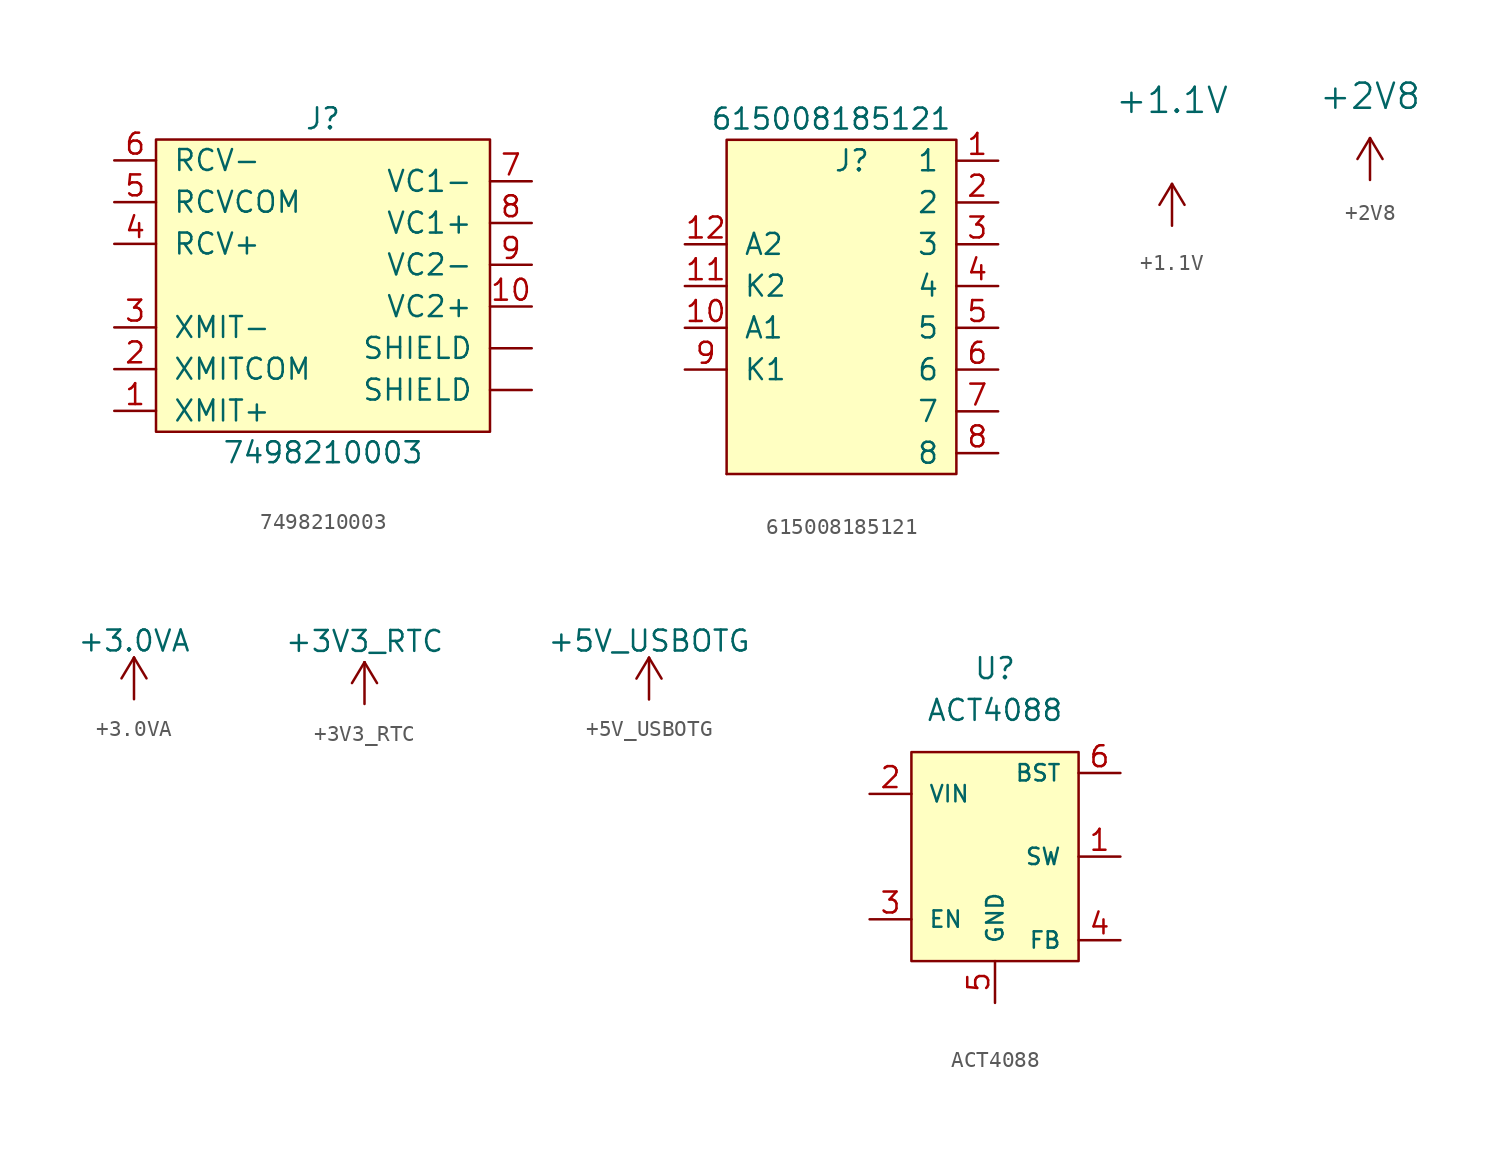
<source format=kicad_sym>
(kicad_symbol_lib
  (version 20211014)
  (generator kicad_symbol_editor)
  (symbol "7498210003"
    (pin_names
      (offset 1.016))
    (property "Reference" "J"
      (at 0 10.16 0)
      (effects (font (size 1.27 1.27))))
    (property "Value" "7498210003"
      (at 0 -10.16 0)
      (effects (font (size 1.27 1.27))))
    (symbol "7498210003_0_1"
      (rectangle (start -10.16 8.89) (end 10.16 -8.89) (stroke (width 0) (type default) (color 0 0 0 0)) (fill (type background))))
    (symbol "7498210003_1_1"
      (pin input line (at -12.7 -7.62 0) (length 2.54) (name "XMIT+" (effects (font (size 1.27 1.27)))) (number "1" (effects (font (size 1.27 1.27)))))
      (pin input line (at 12.7 -1.27 180) (length 2.54) (name "VC2+" (effects (font (size 1.27 1.27)))) (number "10" (effects (font (size 1.27 1.27)))))
      (pin input line (at -12.7 -5.08 0) (length 2.54) (name "XMITCOM" (effects (font (size 1.27 1.27)))) (number "2" (effects (font (size 1.27 1.27)))))
      (pin input line (at -12.7 -2.54 0) (length 2.54) (name "XMIT-" (effects (font (size 1.27 1.27)))) (number "3" (effects (font (size 1.27 1.27)))))
      (pin input line (at -12.7 2.54 0) (length 2.54) (name "RCV+" (effects (font (size 1.27 1.27)))) (number "4" (effects (font (size 1.27 1.27)))))
      (pin input line (at -12.7 5.08 0) (length 2.54) (name "RCVCOM" (effects (font (size 1.27 1.27)))) (number "5" (effects (font (size 1.27 1.27)))))
      (pin input line (at -12.7 7.62 0) (length 2.54) (name "RCV-" (effects (font (size 1.27 1.27)))) (number "6" (effects (font (size 1.27 1.27)))))
      (pin input line (at 12.7 6.35 180) (length 2.54) (name "VC1-" (effects (font (size 1.27 1.27)))) (number "7" (effects (font (size 1.27 1.27)))))
      (pin input line (at 12.7 3.81 180) (length 2.54) (name "VC1+" (effects (font (size 1.27 1.27)))) (number "8" (effects (font (size 1.27 1.27)))))
      (pin input line (at 12.7 1.27 180) (length 2.54) (name "VC2-" (effects (font (size 1.27 1.27)))) (number "9" (effects (font (size 1.27 1.27)))))
      (pin input line (at 12.7 -6.35 180) (length 2.54) (name "SHIELD" (effects (font (size 1.27 1.27)))) (number "~" (effects (font (size 1.27 1.27)))))
      (pin input line (at 12.7 -3.81 180) (length 2.54) (name "SHIELD" (effects (font (size 1.27 1.27)))) (number "~" (effects (font (size 1.27 1.27)))))))
  (symbol "615008185121"
    (pin_names
      (offset 1.016))
    (property "Reference" "J"
      (at 0 8.89 0)
      (effects (font (size 1.27 1.27))))
    (property "Value" "615008185121"
      (at -1.27 11.43 0)
      (effects (font (size 1.27 1.27))))
    (symbol "615008185121_0_1"
      (rectangle (start -7.62 -10.16) (end -7.62 -10.16) (stroke (width 0) (type default) (color 0 0 0 0)) (fill (type none)))
      (rectangle (start 6.35 10.16) (end -7.62 -10.16) (stroke (width 0) (type default) (color 0 0 0 0)) (fill (type background))))
    (symbol "615008185121_1_1"
      (pin input line (at 8.89 8.89 180) (length 2.54) (name "1" (effects (font (size 1.27 1.27)))) (number "1" (effects (font (size 1.27 1.27)))))
      (pin input line (at -10.16 -1.27 0) (length 2.54) (name "A1" (effects (font (size 1.27 1.27)))) (number "10" (effects (font (size 1.27 1.27)))))
      (pin input line (at -10.16 1.27 0) (length 2.54) (name "K2" (effects (font (size 1.27 1.27)))) (number "11" (effects (font (size 1.27 1.27)))))
      (pin input line (at -10.16 3.81 0) (length 2.54) (name "A2" (effects (font (size 1.27 1.27)))) (number "12" (effects (font (size 1.27 1.27)))))
      (pin input line (at 8.89 6.35 180) (length 2.54) (name "2" (effects (font (size 1.27 1.27)))) (number "2" (effects (font (size 1.27 1.27)))))
      (pin input line (at 8.89 3.81 180) (length 2.54) (name "3" (effects (font (size 1.27 1.27)))) (number "3" (effects (font (size 1.27 1.27)))))
      (pin input line (at 8.89 1.27 180) (length 2.54) (name "4" (effects (font (size 1.27 1.27)))) (number "4" (effects (font (size 1.27 1.27)))))
      (pin input line (at 8.89 -1.27 180) (length 2.54) (name "5" (effects (font (size 1.27 1.27)))) (number "5" (effects (font (size 1.27 1.27)))))
      (pin input line (at 8.89 -3.81 180) (length 2.54) (name "6" (effects (font (size 1.27 1.27)))) (number "6" (effects (font (size 1.27 1.27)))))
      (pin input line (at 8.89 -6.35 180) (length 2.54) (name "7" (effects (font (size 1.27 1.27)))) (number "7" (effects (font (size 1.27 1.27)))))
      (pin input line (at 8.89 -8.89 180) (length 2.54) (name "8" (effects (font (size 1.27 1.27)))) (number "8" (effects (font (size 1.27 1.27)))))
      (pin input line (at -10.16 -3.81 0) (length 2.54) (name "K1" (effects (font (size 1.27 1.27)))) (number "9" (effects (font (size 1.27 1.27)))))))
  (symbol "+1.1V"
    (power)
    (pin_names
      (offset 1.016))
    (property "Reference" "#PWRV"
      (at 0 -5.08 0)
      (effects (font (size 1.524 1.524)) hide))
    (property "Value" "+1.1V"
      (at 0 7.62 0)
      (effects (font (size 1.524 1.524))))
    (symbol "+1.1V_0_1"
      (polyline (pts (xy -0.762 1.27) (xy 0 2.54)) (stroke (width 0) (type default) (color 0 0 0 0)) (fill (type none)))
      (polyline (pts (xy 0 0) (xy 0 2.54)) (stroke (width 0) (type default) (color 0 0 0 0)) (fill (type none)))
      (polyline (pts (xy 0 2.54) (xy 0.762 1.27)) (stroke (width 0) (type default) (color 0 0 0 0)) (fill (type none)))
      (pin power_in line (at 0 0 90) (length 0) hide (name "+1.1V" (effects (font (size 1.27 1.27)))) (number "1" (effects (font (size 1.27 1.27)))))))
  (symbol "+2V8"
    (power)
    (pin_names
      (offset 1.016))
    (property "Reference" "#PWR"
      (at 0 -5.08 0)
      (effects (font (size 1.524 1.524)) hide))
    (property "Value" "+2V8"
      (at 0 5.08 0)
      (effects (font (size 1.524 1.524))))
    (symbol "+2V8_0_1"
      (polyline (pts (xy -0.762 1.27) (xy 0 2.54)) (stroke (width 0) (type default) (color 0 0 0 0)) (fill (type none)))
      (polyline (pts (xy 0 0) (xy 0 2.54)) (stroke (width 0) (type default) (color 0 0 0 0)) (fill (type none)))
      (polyline (pts (xy 0 2.54) (xy 0.762 1.27)) (stroke (width 0) (type default) (color 0 0 0 0)) (fill (type none)))
      (pin power_in line (at 0 0 90) (length 0) hide (name "+2V8" (effects (font (size 1.27 1.27)))) (number "1" (effects (font (size 1.27 1.27)))))))
  (symbol "+3.0VA"
    (power)
    (pin_names
      (offset 0))
    (property "Reference" "#PWR"
      (at 0 -3.81 0)
      (effects (font (size 1.27 1.27)) hide))
    (property "Value" "+3.0VA"
      (at 0 3.556 0)
      (effects (font (size 1.27 1.27))))
    (property "Footprint" ""
      (at 0 0 0)
      (effects (font (size 1.524 1.524))))
    (property "Datasheet" ""
      (at 0 0 0)
      (effects (font (size 1.524 1.524))))
    (symbol "+3.0VA_0_1"
      (polyline (pts (xy -0.762 1.27) (xy 0 2.54)) (stroke (width 0) (type default) (color 0 0 0 0)) (fill (type none)))
      (polyline (pts (xy 0 0) (xy 0 2.54)) (stroke (width 0) (type default) (color 0 0 0 0)) (fill (type none)))
      (polyline (pts (xy 0 2.54) (xy 0.762 1.27)) (stroke (width 0) (type default) (color 0 0 0 0)) (fill (type none))))
    (symbol "+3.0VA_1_1"
      (pin power_in line (at 0 0 90) (length 0) hide (name "+3.0VA" (effects (font (size 1.27 1.27)))) (number "1" (effects (font (size 1.27 1.27)))))))
  (symbol "+3V3_RTC"
    (power)
    (pin_names
      (offset 0))
    (property "Reference" "#PWR"
      (at 0 -7.62 0)
      (effects (font (size 1.524 1.524)) hide))
    (property "Value" "+3V3_RTC"
      (at 0 3.81 0)
      (effects (font (size 1.27 1.27))))
    (symbol "+3V3_RTC_1_1"
      (polyline (pts (xy -0.762 1.27) (xy 0 2.54)) (stroke (width 0) (type default) (color 0 0 0 0)) (fill (type none)))
      (polyline (pts (xy 0 0) (xy 0 2.54)) (stroke (width 0) (type default) (color 0 0 0 0)) (fill (type none)))
      (polyline (pts (xy 0 2.54) (xy 0.762 1.27)) (stroke (width 0) (type default) (color 0 0 0 0)) (fill (type none)))
      (pin power_in line (at 0 0 90) (length 0) hide (name "+3.3V_RTC" (effects (font (size 1.27 1.27)))) (number "1" (effects (font (size 1.27 1.27)))))))
  (symbol "+5V_USBOTG"
    (power)
    (pin_names
      (offset 0))
    (property "Reference" "#PWR"
      (at 0 -3.81 0)
      (effects (font (size 1.27 1.27)) hide))
    (property "Value" "+5V_USBOTG"
      (at 0 3.556 0)
      (effects (font (size 1.27 1.27))))
    (property "Footprint" ""
      (at 0 0 0)
      (effects (font (size 1.524 1.524))))
    (property "Datasheet" ""
      (at 0 0 0)
      (effects (font (size 1.524 1.524))))
    (symbol "+5V_USBOTG_0_1"
      (polyline (pts (xy -0.762 1.27) (xy 0 2.54)) (stroke (width 0) (type default) (color 0 0 0 0)) (fill (type none)))
      (polyline (pts (xy 0 0) (xy 0 2.54)) (stroke (width 0) (type default) (color 0 0 0 0)) (fill (type none)))
      (polyline (pts (xy 0 2.54) (xy 0.762 1.27)) (stroke (width 0) (type default) (color 0 0 0 0)) (fill (type none))))
    (symbol "+5V_USBOTG_1_1"
      (pin power_in line (at 0 0 90) (length 0) hide (name "+5V_USBOTG" (effects (font (size 1.27 1.27)))) (number "1" (effects (font (size 1.27 1.27)))))))
  (symbol "ACT4088"
    (pin_names
      (offset 1.016))
    (property "Reference" "U"
      (at 0 11.43 0)
      (effects (font (size 1.27 1.27))))
    (property "Value" "ACT4088"
      (at 0 8.89 0)
      (effects (font (size 1.27 1.27))))
    (symbol "ACT4088_0_1"
      (rectangle (start -5.08 6.35) (end 5.08 -6.35) (stroke (width 0) (type default) (color 0 0 0 0)) (fill (type background))))
    (symbol "ACT4088_1_1"
      (pin input line (at 7.62 0 180) (length 2.54) (name "SW" (effects (font (size 0.991 0.991)))) (number "1" (effects (font (size 1.27 1.27)))))
      (pin input line (at -7.62 3.81 0) (length 2.54) (name "VIN" (effects (font (size 0.991 0.991)))) (number "2" (effects (font (size 1.27 1.27)))))
      (pin input line (at -7.62 -3.81 0) (length 2.54) (name "EN" (effects (font (size 0.991 0.991)))) (number "3" (effects (font (size 1.27 1.27)))))
      (pin input line (at 7.62 -5.08 180) (length 2.54) (name "FB" (effects (font (size 0.991 0.991)))) (number "4" (effects (font (size 1.27 1.27)))))
      (pin input line (at 0 -8.89 90) (length 2.54) (name "GND" (effects (font (size 0.991 0.991)))) (number "5" (effects (font (size 1.27 1.27)))))
      (pin input line (at 7.62 5.08 180) (length 2.54) (name "BST" (effects (font (size 0.991 0.991)))) (number "6" (effects (font (size 1.27 1.27))))))))
</source>
